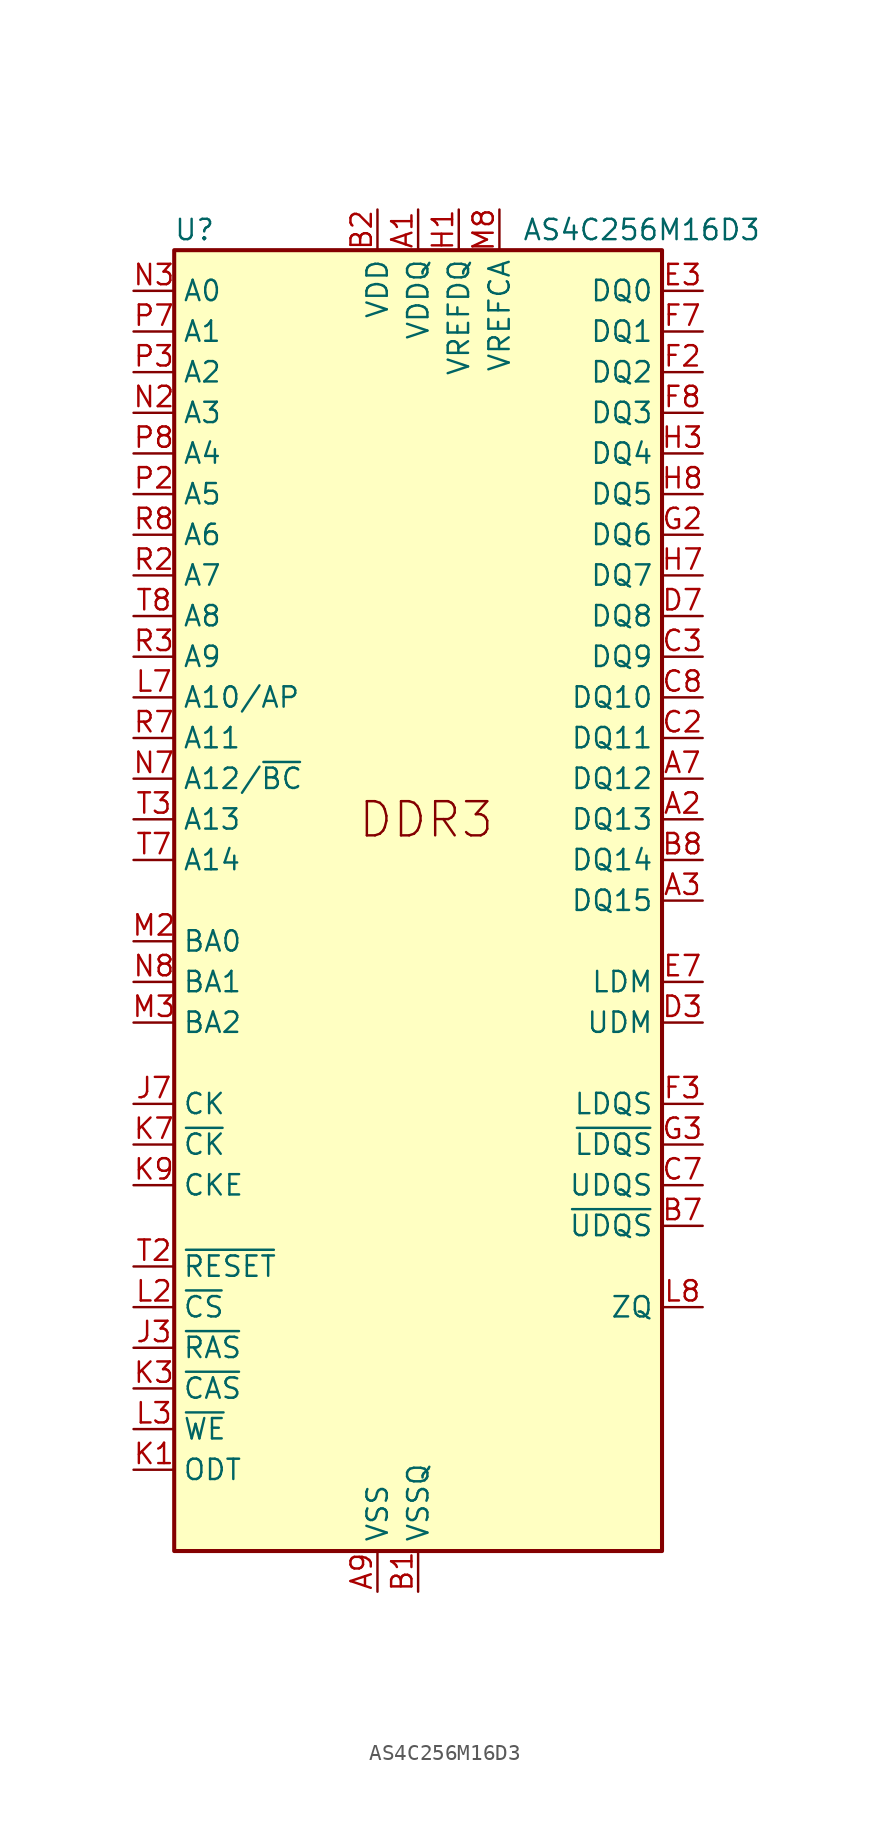
<source format=kicad_sym>
(kicad_symbol_lib
  (version 20201005)
  (generator kicad_symbol_editor)
  (symbol "AS4C256M16D3"
    (property "Reference" "U"
      (at -13.97 41.91 0)
      (effects (font (size 1.27 1.27))))
    (property "Value" "AS4C256M16D3"
      (at 13.97 41.91 0)
      (effects (font (size 1.27 1.27))))
    (symbol "AS4C256M16D3_0_1"
      (rectangle (start -15.24 -40.64) (end 15.24 40.64) (stroke (width 0.254)) (fill (type background)))
      (pin power_in line (at 0 43.18 270) (length 2.54) (name "VDDQ" (effects (font (size 1.27 1.27)))) (number "A1" (effects (font (size 1.27 1.27)))))
      (pin passive line (at 0 43.18 270) (length 2.54) hide (name "VDDQ" (effects (font (size 1.27 1.27)))) (number "A8" (effects (font (size 1.27 1.27)))))
      (pin power_in line (at -2.54 -43.18 90) (length 2.54) (name "VSS" (effects (font (size 1.27 1.27)))) (number "A9" (effects (font (size 1.27 1.27)))))
      (pin power_in line (at 0 -43.18 90) (length 2.54) (name "VSSQ" (effects (font (size 1.27 1.27)))) (number "B1" (effects (font (size 1.27 1.27)))))
      (pin power_in line (at -2.54 43.18 270) (length 2.54) (name "VDD" (effects (font (size 1.27 1.27)))) (number "B2" (effects (font (size 1.27 1.27)))))
      (pin passive line (at -2.54 -43.18 90) (length 2.54) hide (name "VSS" (effects (font (size 1.27 1.27)))) (number "B3" (effects (font (size 1.27 1.27)))))
      (pin passive line (at 0 -43.18 90) (length 2.54) hide (name "VSSQ" (effects (font (size 1.27 1.27)))) (number "B9" (effects (font (size 1.27 1.27)))))
      (pin passive line (at 0 43.18 270) (length 2.54) hide (name "VDDQ" (effects (font (size 1.27 1.27)))) (number "C1" (effects (font (size 1.27 1.27)))))
      (pin passive line (at 0 43.18 270) (length 2.54) hide (name "VDDQ" (effects (font (size 1.27 1.27)))) (number "C9" (effects (font (size 1.27 1.27)))))
      (pin passive line (at 0 -43.18 90) (length 2.54) hide (name "VSSQ" (effects (font (size 1.27 1.27)))) (number "D1" (effects (font (size 1.27 1.27)))))
      (pin passive line (at 0 43.18 270) (length 2.54) hide (name "VDDQ" (effects (font (size 1.27 1.27)))) (number "D2" (effects (font (size 1.27 1.27)))))
      (pin passive line (at 0 -43.18 90) (length 2.54) hide (name "VSSQ" (effects (font (size 1.27 1.27)))) (number "D8" (effects (font (size 1.27 1.27)))))
      (pin passive line (at -2.54 43.18 270) (length 2.54) hide (name "VDD" (effects (font (size 1.27 1.27)))) (number "D9" (effects (font (size 1.27 1.27)))))
      (pin passive line (at -2.54 -43.18 90) (length 2.54) hide (name "VSS" (effects (font (size 1.27 1.27)))) (number "E1" (effects (font (size 1.27 1.27)))))
      (pin passive line (at 0 -43.18 90) (length 2.54) hide (name "VSSQ" (effects (font (size 1.27 1.27)))) (number "E2" (effects (font (size 1.27 1.27)))))
      (pin bidirectional line (at 17.78 38.1 180) (length 2.54) (name "DQ0" (effects (font (size 1.27 1.27)))) (number "E3" (effects (font (size 1.27 1.27)))))
      (pin passive line (at 0 -43.18 90) (length 2.54) hide (name "VSSQ" (effects (font (size 1.27 1.27)))) (number "E8" (effects (font (size 1.27 1.27)))))
      (pin passive line (at 0 43.18 270) (length 2.54) hide (name "VDDQ" (effects (font (size 1.27 1.27)))) (number "E9" (effects (font (size 1.27 1.27)))))
      (pin passive line (at 0 43.18 270) (length 2.54) hide (name "VDDQ" (effects (font (size 1.27 1.27)))) (number "F1" (effects (font (size 1.27 1.27)))))
      (pin bidirectional line (at 17.78 33.02 180) (length 2.54) (name "DQ2" (effects (font (size 1.27 1.27)))) (number "F2" (effects (font (size 1.27 1.27)))))
      (pin bidirectional line (at 17.78 35.56 180) (length 2.54) (name "DQ1" (effects (font (size 1.27 1.27)))) (number "F7" (effects (font (size 1.27 1.27)))))
      (pin bidirectional line (at 17.78 30.48 180) (length 2.54) (name "DQ3" (effects (font (size 1.27 1.27)))) (number "F8" (effects (font (size 1.27 1.27)))))
      (pin passive line (at 0 -43.18 90) (length 2.54) hide (name "VSSQ" (effects (font (size 1.27 1.27)))) (number "F9" (effects (font (size 1.27 1.27)))))
      (pin passive line (at 0 -43.18 90) (length 2.54) hide (name "VSSQ" (effects (font (size 1.27 1.27)))) (number "G1" (effects (font (size 1.27 1.27)))))
      (pin bidirectional line (at 17.78 22.86 180) (length 2.54) (name "DQ6" (effects (font (size 1.27 1.27)))) (number "G2" (effects (font (size 1.27 1.27)))))
      (pin passive line (at -2.54 43.18 270) (length 2.54) hide (name "VDD" (effects (font (size 1.27 1.27)))) (number "G7" (effects (font (size 1.27 1.27)))))
      (pin passive line (at -2.54 -43.18 90) (length 2.54) hide (name "VSS" (effects (font (size 1.27 1.27)))) (number "G8" (effects (font (size 1.27 1.27)))))
      (pin passive line (at 0 -43.18 90) (length 2.54) hide (name "VSSQ" (effects (font (size 1.27 1.27)))) (number "G9" (effects (font (size 1.27 1.27)))))
      (pin power_in line (at 2.54 43.18 270) (length 2.54) (name "VREFDQ" (effects (font (size 1.27 1.27)))) (number "H1" (effects (font (size 1.27 1.27)))))
      (pin passive line (at 0 43.18 270) (length 2.54) hide (name "VDDQ" (effects (font (size 1.27 1.27)))) (number "H2" (effects (font (size 1.27 1.27)))))
      (pin bidirectional line (at 17.78 27.94 180) (length 2.54) (name "DQ4" (effects (font (size 1.27 1.27)))) (number "H3" (effects (font (size 1.27 1.27)))))
      (pin bidirectional line (at 17.78 20.32 180) (length 2.54) (name "DQ7" (effects (font (size 1.27 1.27)))) (number "H7" (effects (font (size 1.27 1.27)))))
      (pin bidirectional line (at 17.78 25.4 180) (length 2.54) (name "DQ5" (effects (font (size 1.27 1.27)))) (number "H8" (effects (font (size 1.27 1.27)))))
      (pin passive line (at 0 43.18 270) (length 2.54) hide (name "VDDQ" (effects (font (size 1.27 1.27)))) (number "H9" (effects (font (size 1.27 1.27)))))
      (pin passive line (at -2.54 -43.18 90) (length 2.54) hide (name "VSS" (effects (font (size 1.27 1.27)))) (number "J2" (effects (font (size 1.27 1.27)))))
      (pin passive line (at -2.54 -43.18 90) (length 2.54) hide (name "VSS" (effects (font (size 1.27 1.27)))) (number "J8" (effects (font (size 1.27 1.27)))))
      (pin passive line (at -2.54 43.18 270) (length 2.54) hide (name "VDD" (effects (font (size 1.27 1.27)))) (number "K2" (effects (font (size 1.27 1.27)))))
      (pin passive line (at -2.54 43.18 270) (length 2.54) hide (name "VDD" (effects (font (size 1.27 1.27)))) (number "K8" (effects (font (size 1.27 1.27)))))
      (pin input line (at -17.78 -25.4 0) (length 2.54) (name "~CS" (effects (font (size 1.27 1.27)))) (number "L2" (effects (font (size 1.27 1.27)))))
      (pin input line (at -17.78 12.7 0) (length 2.54) (name "A10/AP" (effects (font (size 1.27 1.27)))) (number "L7" (effects (font (size 1.27 1.27)))))
      (pin passive line (at -2.54 -43.18 90) (length 2.54) hide (name "VSS" (effects (font (size 1.27 1.27)))) (number "M1" (effects (font (size 1.27 1.27)))))
      (pin passive line (at -2.54 -43.18 90) (length 2.54) hide (name "VSS" (effects (font (size 1.27 1.27)))) (number "M9" (effects (font (size 1.27 1.27)))))
      (pin passive line (at -2.54 43.18 270) (length 2.54) hide (name "VDD" (effects (font (size 1.27 1.27)))) (number "N1" (effects (font (size 1.27 1.27)))))
      (pin input line (at -17.78 30.48 0) (length 2.54) (name "A3" (effects (font (size 1.27 1.27)))) (number "N2" (effects (font (size 1.27 1.27)))))
      (pin input line (at -17.78 38.1 0) (length 2.54) (name "A0" (effects (font (size 1.27 1.27)))) (number "N3" (effects (font (size 1.27 1.27)))))
      (pin input line (at -17.78 7.62 0) (length 2.54) (name "A12/~BC" (effects (font (size 1.27 1.27)))) (number "N7" (effects (font (size 1.27 1.27)))))
      (pin passive line (at -2.54 43.18 270) (length 2.54) hide (name "VDD" (effects (font (size 1.27 1.27)))) (number "N9" (effects (font (size 1.27 1.27)))))
      (pin passive line (at -2.54 -43.18 90) (length 2.54) hide (name "VSS" (effects (font (size 1.27 1.27)))) (number "P1" (effects (font (size 1.27 1.27)))))
      (pin input line (at -17.78 25.4 0) (length 2.54) (name "A5" (effects (font (size 1.27 1.27)))) (number "P2" (effects (font (size 1.27 1.27)))))
      (pin input line (at -17.78 33.02 0) (length 2.54) (name "A2" (effects (font (size 1.27 1.27)))) (number "P3" (effects (font (size 1.27 1.27)))))
      (pin input line (at -17.78 35.56 0) (length 2.54) (name "A1" (effects (font (size 1.27 1.27)))) (number "P7" (effects (font (size 1.27 1.27)))))
      (pin input line (at -17.78 27.94 0) (length 2.54) (name "A4" (effects (font (size 1.27 1.27)))) (number "P8" (effects (font (size 1.27 1.27)))))
      (pin passive line (at -2.54 -43.18 90) (length 2.54) hide (name "VSS" (effects (font (size 1.27 1.27)))) (number "P9" (effects (font (size 1.27 1.27)))))
      (pin passive line (at -2.54 43.18 270) (length 2.54) hide (name "VDD" (effects (font (size 1.27 1.27)))) (number "R1" (effects (font (size 1.27 1.27)))))
      (pin input line (at -17.78 20.32 0) (length 2.54) (name "A7" (effects (font (size 1.27 1.27)))) (number "R2" (effects (font (size 1.27 1.27)))))
      (pin input line (at -17.78 15.24 0) (length 2.54) (name "A9" (effects (font (size 1.27 1.27)))) (number "R3" (effects (font (size 1.27 1.27)))))
      (pin input line (at -17.78 10.16 0) (length 2.54) (name "A11" (effects (font (size 1.27 1.27)))) (number "R7" (effects (font (size 1.27 1.27)))))
      (pin input line (at -17.78 22.86 0) (length 2.54) (name "A6" (effects (font (size 1.27 1.27)))) (number "R8" (effects (font (size 1.27 1.27)))))
      (pin passive line (at -2.54 43.18 270) (length 2.54) hide (name "VDD" (effects (font (size 1.27 1.27)))) (number "R9" (effects (font (size 1.27 1.27)))))
      (pin passive line (at -2.54 -43.18 90) (length 2.54) hide (name "VSS" (effects (font (size 1.27 1.27)))) (number "T1" (effects (font (size 1.27 1.27)))))
      (pin input line (at -17.78 -22.86 0) (length 2.54) (name "~RESET" (effects (font (size 1.27 1.27)))) (number "T2" (effects (font (size 1.27 1.27)))))
      (pin input line (at -17.78 5.08 0) (length 2.54) (name "A13" (effects (font (size 1.27 1.27)))) (number "T3" (effects (font (size 1.27 1.27)))))
      (pin input line (at -17.78 2.54 0) (length 2.54) (name "A14" (effects (font (size 1.27 1.27)))) (number "T7" (effects (font (size 1.27 1.27)))))
      (pin input line (at -17.78 17.78 0) (length 2.54) (name "A8" (effects (font (size 1.27 1.27)))) (number "T8" (effects (font (size 1.27 1.27)))))
      (pin passive line (at -2.54 -43.18 90) (length 2.54) hide (name "VSS" (effects (font (size 1.27 1.27)))) (number "T9" (effects (font (size 1.27 1.27))))))
    (symbol "AS4C256M16D3_1_1"
      (text "DDR3" (at -3.81 3.81 0) (effects (font (size 2.134 2.134)) (justify left bottom)))
      (pin bidirectional line (at 17.78 5.08 180) (length 2.54) (name "DQ13" (effects (font (size 1.27 1.27)))) (number "A2" (effects (font (size 1.27 1.27)))))
      (pin bidirectional line (at 17.78 0 180) (length 2.54) (name "DQ15" (effects (font (size 1.27 1.27)))) (number "A3" (effects (font (size 1.27 1.27)))))
      (pin bidirectional line (at 17.78 7.62 180) (length 2.54) (name "DQ12" (effects (font (size 1.27 1.27)))) (number "A7" (effects (font (size 1.27 1.27)))))
      (pin bidirectional line (at 17.78 -20.32 180) (length 2.54) (name "~UDQS" (effects (font (size 1.27 1.27)))) (number "B7" (effects (font (size 1.27 1.27)))))
      (pin bidirectional line (at 17.78 2.54 180) (length 2.54) (name "DQ14" (effects (font (size 1.27 1.27)))) (number "B8" (effects (font (size 1.27 1.27)))))
      (pin bidirectional line (at 17.78 10.16 180) (length 2.54) (name "DQ11" (effects (font (size 1.27 1.27)))) (number "C2" (effects (font (size 1.27 1.27)))))
      (pin bidirectional line (at 17.78 15.24 180) (length 2.54) (name "DQ9" (effects (font (size 1.27 1.27)))) (number "C3" (effects (font (size 1.27 1.27)))))
      (pin bidirectional line (at 17.78 -17.78 180) (length 2.54) (name "UDQS" (effects (font (size 1.27 1.27)))) (number "C7" (effects (font (size 1.27 1.27)))))
      (pin bidirectional line (at 17.78 12.7 180) (length 2.54) (name "DQ10" (effects (font (size 1.27 1.27)))) (number "C8" (effects (font (size 1.27 1.27)))))
      (pin input line (at 17.78 -7.62 180) (length 2.54) (name "UDM" (effects (font (size 1.27 1.27)))) (number "D3" (effects (font (size 1.27 1.27)))))
      (pin bidirectional line (at 17.78 17.78 180) (length 2.54) (name "DQ8" (effects (font (size 1.27 1.27)))) (number "D7" (effects (font (size 1.27 1.27)))))
      (pin input line (at 17.78 -5.08 180) (length 2.54) (name "LDM" (effects (font (size 1.27 1.27)))) (number "E7" (effects (font (size 1.27 1.27)))))
      (pin bidirectional line (at 17.78 -12.7 180) (length 2.54) (name "LDQS" (effects (font (size 1.27 1.27)))) (number "F3" (effects (font (size 1.27 1.27)))))
      (pin bidirectional line (at 17.78 -15.24 180) (length 2.54) (name "~LDQS" (effects (font (size 1.27 1.27)))) (number "G3" (effects (font (size 1.27 1.27)))))
      (pin no_connect line (at 15.24 -27.94 180) (length 2.54) hide (name "NC" (effects (font (size 1.27 1.27)))) (number "J1" (effects (font (size 1.27 1.27)))))
      (pin input line (at -17.78 -27.94 0) (length 2.54) (name "~RAS" (effects (font (size 1.27 1.27)))) (number "J3" (effects (font (size 1.27 1.27)))))
      (pin input line (at -17.78 -12.7 0) (length 2.54) (name "CK" (effects (font (size 1.27 1.27)))) (number "J7" (effects (font (size 1.27 1.27)))))
      (pin no_connect line (at 15.24 -30.48 180) (length 2.54) hide (name "NC" (effects (font (size 1.27 1.27)))) (number "J9" (effects (font (size 1.27 1.27)))))
      (pin input line (at -17.78 -35.56 0) (length 2.54) (name "ODT" (effects (font (size 1.27 1.27)))) (number "K1" (effects (font (size 1.27 1.27)))))
      (pin input line (at -17.78 -30.48 0) (length 2.54) (name "~CAS" (effects (font (size 1.27 1.27)))) (number "K3" (effects (font (size 1.27 1.27)))))
      (pin input line (at -17.78 -15.24 0) (length 2.54) (name "~CK" (effects (font (size 1.27 1.27)))) (number "K7" (effects (font (size 1.27 1.27)))))
      (pin input line (at -17.78 -17.78 0) (length 2.54) (name "CKE" (effects (font (size 1.27 1.27)))) (number "K9" (effects (font (size 1.27 1.27)))))
      (pin no_connect line (at 15.24 -33.02 180) (length 2.54) hide (name "NC" (effects (font (size 1.27 1.27)))) (number "L1" (effects (font (size 1.27 1.27)))))
      (pin input line (at -17.78 -33.02 0) (length 2.54) (name "~WE" (effects (font (size 1.27 1.27)))) (number "L3" (effects (font (size 1.27 1.27)))))
      (pin input line (at 17.78 -25.4 180) (length 2.54) (name "ZQ" (effects (font (size 1.27 1.27)))) (number "L8" (effects (font (size 1.27 1.27)))))
      (pin no_connect line (at 15.24 -35.56 180) (length 2.54) hide (name "NC" (effects (font (size 1.27 1.27)))) (number "L9" (effects (font (size 1.27 1.27)))))
      (pin input line (at -17.78 -2.54 0) (length 2.54) (name "BA0" (effects (font (size 1.27 1.27)))) (number "M2" (effects (font (size 1.27 1.27)))))
      (pin input line (at -17.78 -7.62 0) (length 2.54) (name "BA2" (effects (font (size 1.27 1.27)))) (number "M3" (effects (font (size 1.27 1.27)))))
      (pin no_connect line (at 15.24 -38.1 180) (length 2.54) hide (name "NC" (effects (font (size 1.27 1.27)))) (number "M7" (effects (font (size 1.27 1.27)))))
      (pin power_in line (at 5.08 43.18 270) (length 2.54) (name "VREFCA" (effects (font (size 1.27 1.27)))) (number "M8" (effects (font (size 1.27 1.27)))))
      (pin input line (at -17.78 -5.08 0) (length 2.54) (name "BA1" (effects (font (size 1.27 1.27)))) (number "N8" (effects (font (size 1.27 1.27))))))))
</source>
